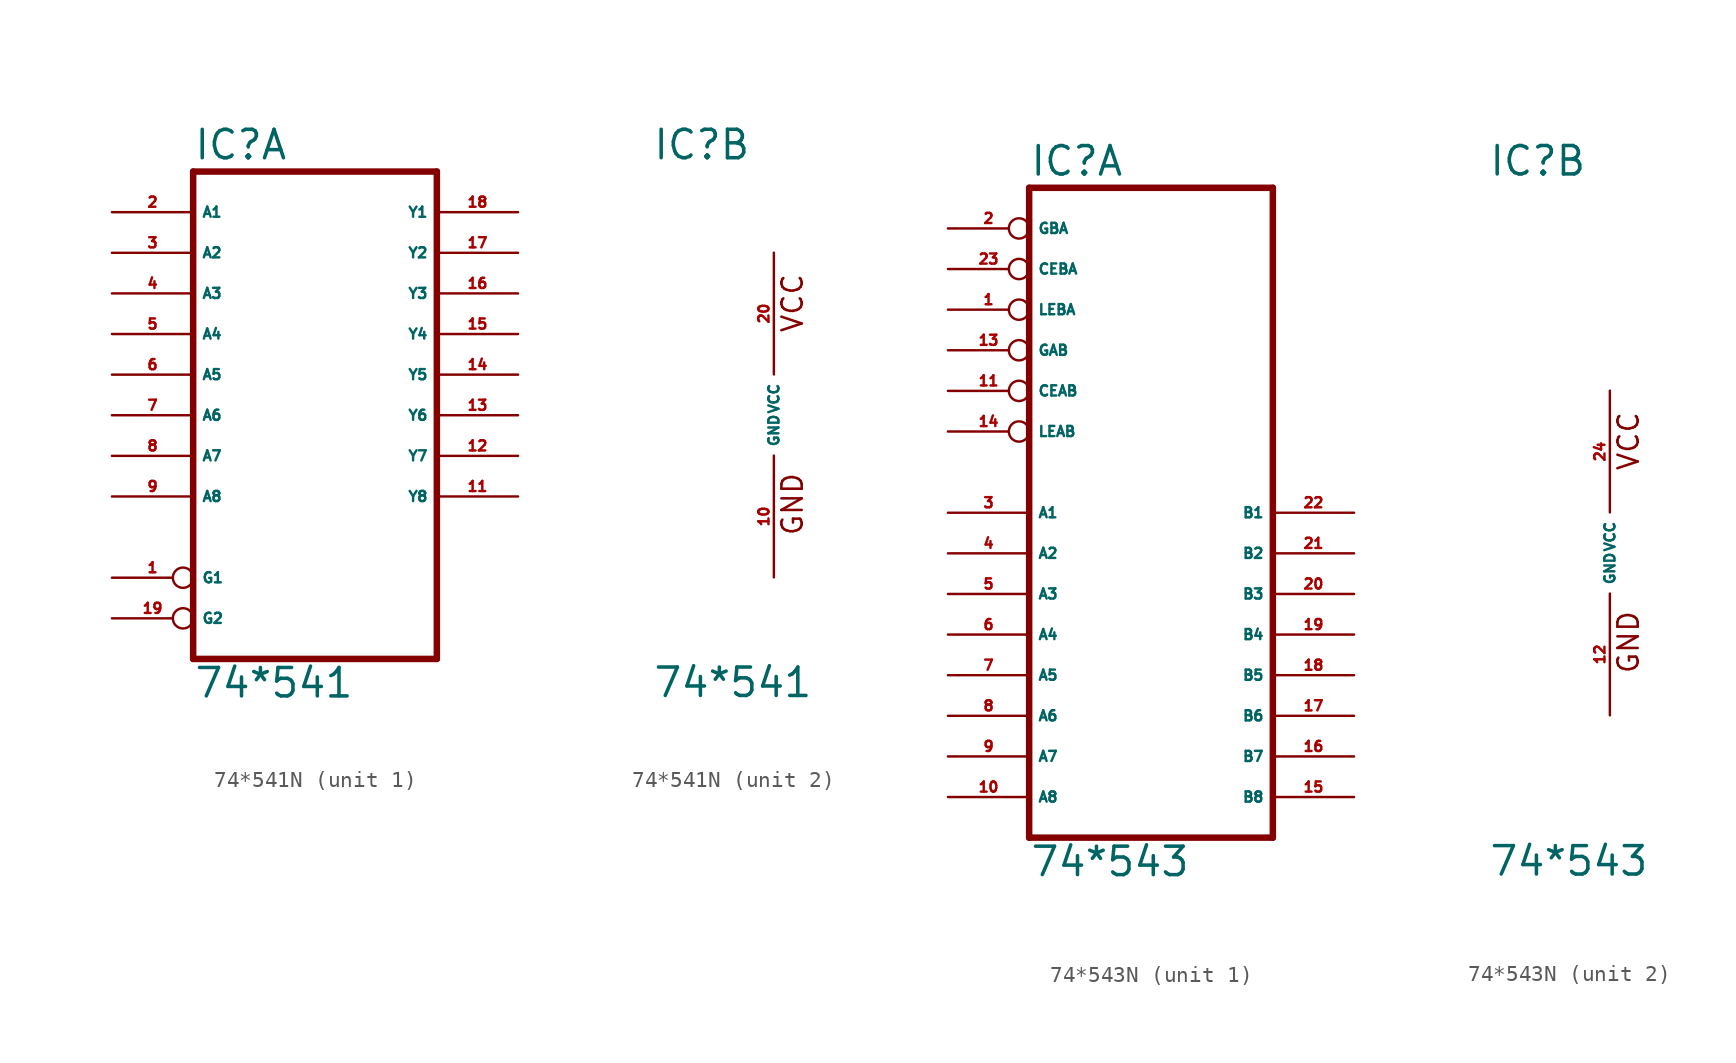
<source format=kicad_sym>
(kicad_symbol_lib
  (version 20220914)
  (generator Eagle2Kicad)
  (symbol "74*541N"
    (property "Reference" "IC"
      (at -7.62 15.875 0)
      (effects (font (size 1.778 1.778) (thickness 0.22)) (justify left bottom)))
    (property "Value" "74*541"
      (at -7.62 -17.78 0)
      (effects (font (size 1.778 1.778) (thickness 0.22)) (justify left bottom)))
    (symbol "74*541N_1_0"
      (polyline (pts (xy -7.62 -15.24) (xy 7.62 -15.24)) (stroke (width 0.406) (type default)) (fill (type none)))
      (polyline (pts (xy 7.62 -15.24) (xy 7.62 15.24)) (stroke (width 0.406) (type default)) (fill (type none)))
      (polyline (pts (xy 7.62 15.24) (xy -7.62 15.24)) (stroke (width 0.406) (type default)) (fill (type none)))
      (polyline (pts (xy -7.62 15.24) (xy -7.62 -15.24)) (stroke (width 0.406) (type default)) (fill (type none)))
      (pin input inverted (at -12.7 -10.16 0) (length 5.08) (name "G1" (effects (font (size 0.635 0.635) (thickness 0.08)) (justify left bottom))) (number "1" (effects (font (size 0.635 0.635) (thickness 0.08)) (justify left bottom))))
      (pin input line (at -12.7 12.7 0) (length 5.08) (name "A1" (effects (font (size 0.635 0.635) (thickness 0.08)) (justify left bottom))) (number "2" (effects (font (size 0.635 0.635) (thickness 0.08)) (justify left bottom))))
      (pin input line (at -12.7 10.16 0) (length 5.08) (name "A2" (effects (font (size 0.635 0.635) (thickness 0.08)) (justify left bottom))) (number "3" (effects (font (size 0.635 0.635) (thickness 0.08)) (justify left bottom))))
      (pin input line (at -12.7 7.62 0) (length 5.08) (name "A3" (effects (font (size 0.635 0.635) (thickness 0.08)) (justify left bottom))) (number "4" (effects (font (size 0.635 0.635) (thickness 0.08)) (justify left bottom))))
      (pin input line (at -12.7 5.08 0) (length 5.08) (name "A4" (effects (font (size 0.635 0.635) (thickness 0.08)) (justify left bottom))) (number "5" (effects (font (size 0.635 0.635) (thickness 0.08)) (justify left bottom))))
      (pin input line (at -12.7 2.54 0) (length 5.08) (name "A5" (effects (font (size 0.635 0.635) (thickness 0.08)) (justify left bottom))) (number "6" (effects (font (size 0.635 0.635) (thickness 0.08)) (justify left bottom))))
      (pin input line (at -12.7 0 0) (length 5.08) (name "A6" (effects (font (size 0.635 0.635) (thickness 0.08)) (justify left bottom))) (number "7" (effects (font (size 0.635 0.635) (thickness 0.08)) (justify left bottom))))
      (pin input line (at -12.7 -2.54 0) (length 5.08) (name "A7" (effects (font (size 0.635 0.635) (thickness 0.08)) (justify left bottom))) (number "8" (effects (font (size 0.635 0.635) (thickness 0.08)) (justify left bottom))))
      (pin input line (at -12.7 -5.08 0) (length 5.08) (name "A8" (effects (font (size 0.635 0.635) (thickness 0.08)) (justify left bottom))) (number "9" (effects (font (size 0.635 0.635) (thickness 0.08)) (justify left bottom))))
      (pin tri_state line (at 12.7 -5.08 180) (length 5.08) (name "Y8" (effects (font (size 0.635 0.635) (thickness 0.08)) (justify left bottom))) (number "11" (effects (font (size 0.635 0.635) (thickness 0.08)) (justify left bottom))))
      (pin tri_state line (at 12.7 -2.54 180) (length 5.08) (name "Y7" (effects (font (size 0.635 0.635) (thickness 0.08)) (justify left bottom))) (number "12" (effects (font (size 0.635 0.635) (thickness 0.08)) (justify left bottom))))
      (pin tri_state line (at 12.7 0 180) (length 5.08) (name "Y6" (effects (font (size 0.635 0.635) (thickness 0.08)) (justify left bottom))) (number "13" (effects (font (size 0.635 0.635) (thickness 0.08)) (justify left bottom))))
      (pin tri_state line (at 12.7 2.54 180) (length 5.08) (name "Y5" (effects (font (size 0.635 0.635) (thickness 0.08)) (justify left bottom))) (number "14" (effects (font (size 0.635 0.635) (thickness 0.08)) (justify left bottom))))
      (pin tri_state line (at 12.7 5.08 180) (length 5.08) (name "Y4" (effects (font (size 0.635 0.635) (thickness 0.08)) (justify left bottom))) (number "15" (effects (font (size 0.635 0.635) (thickness 0.08)) (justify left bottom))))
      (pin tri_state line (at 12.7 7.62 180) (length 5.08) (name "Y3" (effects (font (size 0.635 0.635) (thickness 0.08)) (justify left bottom))) (number "16" (effects (font (size 0.635 0.635) (thickness 0.08)) (justify left bottom))))
      (pin tri_state line (at 12.7 10.16 180) (length 5.08) (name "Y2" (effects (font (size 0.635 0.635) (thickness 0.08)) (justify left bottom))) (number "17" (effects (font (size 0.635 0.635) (thickness 0.08)) (justify left bottom))))
      (pin tri_state line (at 12.7 12.7 180) (length 5.08) (name "Y1" (effects (font (size 0.635 0.635) (thickness 0.08)) (justify left bottom))) (number "18" (effects (font (size 0.635 0.635) (thickness 0.08)) (justify left bottom))))
      (pin input inverted (at -12.7 -12.7 0) (length 5.08) (name "G2" (effects (font (size 0.635 0.635) (thickness 0.08)) (justify left bottom))) (number "19" (effects (font (size 0.635 0.635) (thickness 0.08)) (justify left bottom)))))
    (symbol "74*541N_2_0"
      (text "GND" (at 1.905 -7.62 900) (effects (font (size 1.27 1.27) (thickness 0.16)) (justify left bottom)))
      (text "VCC" (at 1.905 5.08 900) (effects (font (size 1.27 1.27) (thickness 0.16)) (justify left bottom)))
      (pin unspecified line (at 0 -10.16 90) (length 7.62) (name "GND" (effects (font (size 0.635 0.635) (thickness 0.08)) (justify left bottom))) (number "10" (effects (font (size 0.635 0.635) (thickness 0.08)) (justify left bottom))))
      (pin unspecified line (at 0 10.16 270) (length 7.62) (name "VCC" (effects (font (size 0.635 0.635) (thickness 0.08)) (justify left bottom))) (number "20" (effects (font (size 0.635 0.635) (thickness 0.08)) (justify left bottom))))))
  (symbol "74*543N"
    (property "Reference" "IC"
      (at -7.62 23.495 0)
      (effects (font (size 1.778 1.778) (thickness 0.22)) (justify left bottom)))
    (property "Value" "74*543"
      (at -7.62 -20.32 0)
      (effects (font (size 1.778 1.778) (thickness 0.22)) (justify left bottom)))
    (symbol "74*543N_1_0"
      (polyline (pts (xy 7.62 -17.78) (xy -7.62 -17.78)) (stroke (width 0.406) (type default)) (fill (type none)))
      (polyline (pts (xy 7.62 -17.78) (xy 7.62 22.86)) (stroke (width 0.406) (type default)) (fill (type none)))
      (polyline (pts (xy -7.62 22.86) (xy 7.62 22.86)) (stroke (width 0.406) (type default)) (fill (type none)))
      (polyline (pts (xy -7.62 22.86) (xy -7.62 -17.78)) (stroke (width 0.406) (type default)) (fill (type none)))
      (pin input inverted (at -12.7 20.32 0) (length 5.08) (name "GBA" (effects (font (size 0.635 0.635) (thickness 0.08)) (justify left bottom))) (number "2" (effects (font (size 0.635 0.635) (thickness 0.08)) (justify left bottom))))
      (pin input inverted (at -12.7 17.78 0) (length 5.08) (name "CEBA" (effects (font (size 0.635 0.635) (thickness 0.08)) (justify left bottom))) (number "23" (effects (font (size 0.635 0.635) (thickness 0.08)) (justify left bottom))))
      (pin input inverted (at -12.7 15.24 0) (length 5.08) (name "LEBA" (effects (font (size 0.635 0.635) (thickness 0.08)) (justify left bottom))) (number "1" (effects (font (size 0.635 0.635) (thickness 0.08)) (justify left bottom))))
      (pin input inverted (at -12.7 12.7 0) (length 5.08) (name "GAB" (effects (font (size 0.635 0.635) (thickness 0.08)) (justify left bottom))) (number "13" (effects (font (size 0.635 0.635) (thickness 0.08)) (justify left bottom))))
      (pin input inverted (at -12.7 10.16 0) (length 5.08) (name "CEAB" (effects (font (size 0.635 0.635) (thickness 0.08)) (justify left bottom))) (number "11" (effects (font (size 0.635 0.635) (thickness 0.08)) (justify left bottom))))
      (pin input inverted (at -12.7 7.62 0) (length 5.08) (name "LEAB" (effects (font (size 0.635 0.635) (thickness 0.08)) (justify left bottom))) (number "14" (effects (font (size 0.635 0.635) (thickness 0.08)) (justify left bottom))))
      (pin bidirectional line (at -12.7 2.54 0) (length 5.08) (name "A1" (effects (font (size 0.635 0.635) (thickness 0.08)) (justify left bottom))) (number "3" (effects (font (size 0.635 0.635) (thickness 0.08)) (justify left bottom))))
      (pin bidirectional line (at -12.7 0 0) (length 5.08) (name "A2" (effects (font (size 0.635 0.635) (thickness 0.08)) (justify left bottom))) (number "4" (effects (font (size 0.635 0.635) (thickness 0.08)) (justify left bottom))))
      (pin bidirectional line (at -12.7 -2.54 0) (length 5.08) (name "A3" (effects (font (size 0.635 0.635) (thickness 0.08)) (justify left bottom))) (number "5" (effects (font (size 0.635 0.635) (thickness 0.08)) (justify left bottom))))
      (pin bidirectional line (at -12.7 -5.08 0) (length 5.08) (name "A4" (effects (font (size 0.635 0.635) (thickness 0.08)) (justify left bottom))) (number "6" (effects (font (size 0.635 0.635) (thickness 0.08)) (justify left bottom))))
      (pin bidirectional line (at -12.7 -7.62 0) (length 5.08) (name "A5" (effects (font (size 0.635 0.635) (thickness 0.08)) (justify left bottom))) (number "7" (effects (font (size 0.635 0.635) (thickness 0.08)) (justify left bottom))))
      (pin bidirectional line (at -12.7 -10.16 0) (length 5.08) (name "A6" (effects (font (size 0.635 0.635) (thickness 0.08)) (justify left bottom))) (number "8" (effects (font (size 0.635 0.635) (thickness 0.08)) (justify left bottom))))
      (pin bidirectional line (at -12.7 -12.7 0) (length 5.08) (name "A7" (effects (font (size 0.635 0.635) (thickness 0.08)) (justify left bottom))) (number "9" (effects (font (size 0.635 0.635) (thickness 0.08)) (justify left bottom))))
      (pin bidirectional line (at -12.7 -15.24 0) (length 5.08) (name "A8" (effects (font (size 0.635 0.635) (thickness 0.08)) (justify left bottom))) (number "10" (effects (font (size 0.635 0.635) (thickness 0.08)) (justify left bottom))))
      (pin tri_state line (at 12.7 2.54 180) (length 5.08) (name "B1" (effects (font (size 0.635 0.635) (thickness 0.08)) (justify left bottom))) (number "22" (effects (font (size 0.635 0.635) (thickness 0.08)) (justify left bottom))))
      (pin tri_state line (at 12.7 0 180) (length 5.08) (name "B2" (effects (font (size 0.635 0.635) (thickness 0.08)) (justify left bottom))) (number "21" (effects (font (size 0.635 0.635) (thickness 0.08)) (justify left bottom))))
      (pin tri_state line (at 12.7 -2.54 180) (length 5.08) (name "B3" (effects (font (size 0.635 0.635) (thickness 0.08)) (justify left bottom))) (number "20" (effects (font (size 0.635 0.635) (thickness 0.08)) (justify left bottom))))
      (pin tri_state line (at 12.7 -5.08 180) (length 5.08) (name "B4" (effects (font (size 0.635 0.635) (thickness 0.08)) (justify left bottom))) (number "19" (effects (font (size 0.635 0.635) (thickness 0.08)) (justify left bottom))))
      (pin tri_state line (at 12.7 -7.62 180) (length 5.08) (name "B5" (effects (font (size 0.635 0.635) (thickness 0.08)) (justify left bottom))) (number "18" (effects (font (size 0.635 0.635) (thickness 0.08)) (justify left bottom))))
      (pin tri_state line (at 12.7 -10.16 180) (length 5.08) (name "B6" (effects (font (size 0.635 0.635) (thickness 0.08)) (justify left bottom))) (number "17" (effects (font (size 0.635 0.635) (thickness 0.08)) (justify left bottom))))
      (pin tri_state line (at 12.7 -12.7 180) (length 5.08) (name "B7" (effects (font (size 0.635 0.635) (thickness 0.08)) (justify left bottom))) (number "16" (effects (font (size 0.635 0.635) (thickness 0.08)) (justify left bottom))))
      (pin tri_state line (at 12.7 -15.24 180) (length 5.08) (name "B8" (effects (font (size 0.635 0.635) (thickness 0.08)) (justify left bottom))) (number "15" (effects (font (size 0.635 0.635) (thickness 0.08)) (justify left bottom)))))
    (symbol "74*543N_2_0"
      (text "GND" (at 1.905 -7.62 900) (effects (font (size 1.27 1.27) (thickness 0.16)) (justify left bottom)))
      (text "VCC" (at 1.905 5.08 900) (effects (font (size 1.27 1.27) (thickness 0.16)) (justify left bottom)))
      (pin unspecified line (at 0 -10.16 90) (length 7.62) (name "GND" (effects (font (size 0.635 0.635) (thickness 0.08)) (justify left bottom))) (number "12" (effects (font (size 0.635 0.635) (thickness 0.08)) (justify left bottom))))
      (pin unspecified line (at 0 10.16 270) (length 7.62) (name "VCC" (effects (font (size 0.635 0.635) (thickness 0.08)) (justify left bottom))) (number "24" (effects (font (size 0.635 0.635) (thickness 0.08)) (justify left bottom)))))))
</source>
